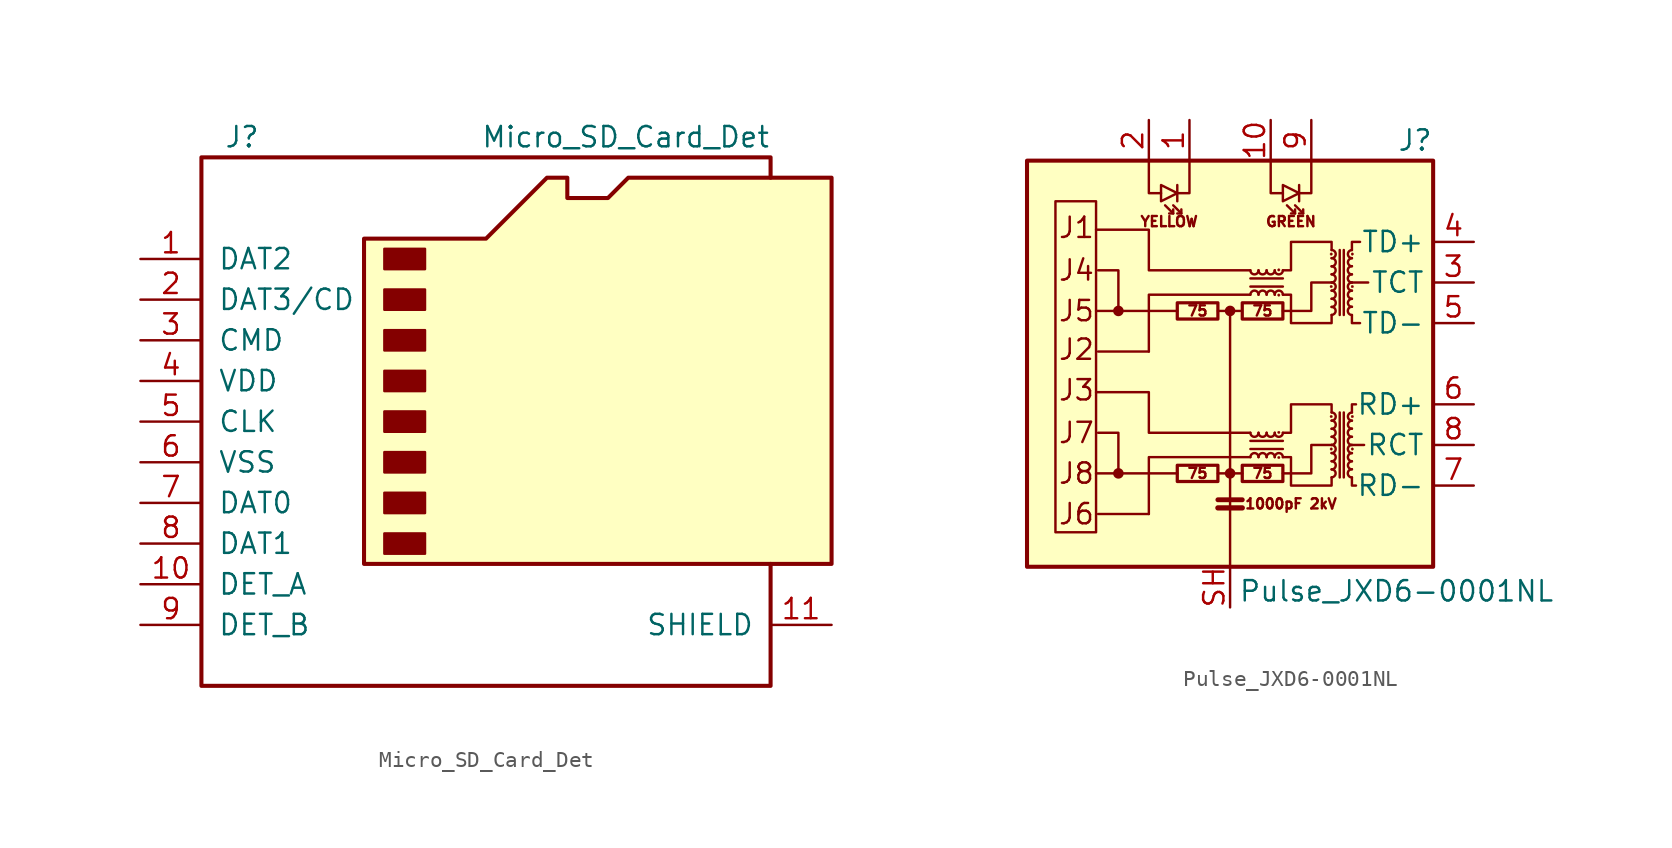
<source format=kicad_sym>
(kicad_symbol_lib
  (version 20220914)
  (generator kicad_symbol_editor)
  (symbol "Micro_SD_Card_Det"
    (pin_names
      (offset 1.016))
    (property "Reference" "J"
      (at -16.51 17.78 0)
      (effects (font (size 1.27 1.27))))
    (property "Value" "Micro_SD_Card_Det"
      (at 16.51 17.78 0)
      (effects (font (size 1.27 1.27)) (justify right)))
    (symbol "Micro_SD_Card_Det_0_1"
      (rectangle (start -7.62 -6.985) (end -5.08 -8.255) (stroke (width 0) (type default)) (fill (type outline)))
      (rectangle (start -7.62 -4.445) (end -5.08 -5.715) (stroke (width 0) (type default)) (fill (type outline)))
      (rectangle (start -7.62 -1.905) (end -5.08 -3.175) (stroke (width 0) (type default)) (fill (type outline)))
      (rectangle (start -7.62 0.635) (end -5.08 -0.635) (stroke (width 0) (type default)) (fill (type outline)))
      (rectangle (start -7.62 3.175) (end -5.08 1.905) (stroke (width 0) (type default)) (fill (type outline)))
      (rectangle (start -7.62 5.715) (end -5.08 4.445) (stroke (width 0) (type default)) (fill (type outline)))
      (rectangle (start -7.62 8.255) (end -5.08 6.985) (stroke (width 0) (type default)) (fill (type outline)))
      (rectangle (start -7.62 10.795) (end -5.08 9.525) (stroke (width 0) (type default)) (fill (type outline)))
      (polyline (pts (xy 16.51 15.24) (xy 16.51 16.51) (xy -19.05 16.51) (xy -19.05 -16.51) (xy 16.51 -16.51) (xy 16.51 -8.89)) (stroke (width 0.254) (type default)) (fill (type none)))
      (polyline (pts (xy -8.89 -8.89) (xy -8.89 11.43) (xy -1.27 11.43) (xy 2.54 15.24) (xy 3.81 15.24) (xy 3.81 13.97) (xy 6.35 13.97) (xy 7.62 15.24) (xy 20.32 15.24) (xy 20.32 -8.89) (xy -8.89 -8.89)) (stroke (width 0.254) (type default)) (fill (type background))))
    (symbol "Micro_SD_Card_Det_1_1"
      (pin bidirectional line (at -22.86 10.16 0) (length 3.81) (name "DAT2" (effects (font (size 1.27 1.27)))) (number "1" (effects (font (size 1.27 1.27)))))
      (pin passive line (at -22.86 -10.16 0) (length 3.81) (name "DET_A" (effects (font (size 1.27 1.27)))) (number "10" (effects (font (size 1.27 1.27)))))
      (pin passive line (at 20.32 -12.7 180) (length 3.81) (name "SHIELD" (effects (font (size 1.27 1.27)))) (number "11" (effects (font (size 1.27 1.27)))))
      (pin bidirectional line (at -22.86 7.62 0) (length 3.81) (name "DAT3/CD" (effects (font (size 1.27 1.27)))) (number "2" (effects (font (size 1.27 1.27)))))
      (pin input line (at -22.86 5.08 0) (length 3.81) (name "CMD" (effects (font (size 1.27 1.27)))) (number "3" (effects (font (size 1.27 1.27)))))
      (pin power_in line (at -22.86 2.54 0) (length 3.81) (name "VDD" (effects (font (size 1.27 1.27)))) (number "4" (effects (font (size 1.27 1.27)))))
      (pin input line (at -22.86 0 0) (length 3.81) (name "CLK" (effects (font (size 1.27 1.27)))) (number "5" (effects (font (size 1.27 1.27)))))
      (pin power_in line (at -22.86 -2.54 0) (length 3.81) (name "VSS" (effects (font (size 1.27 1.27)))) (number "6" (effects (font (size 1.27 1.27)))))
      (pin bidirectional line (at -22.86 -5.08 0) (length 3.81) (name "DAT0" (effects (font (size 1.27 1.27)))) (number "7" (effects (font (size 1.27 1.27)))))
      (pin bidirectional line (at -22.86 -7.62 0) (length 3.81) (name "DAT1" (effects (font (size 1.27 1.27)))) (number "8" (effects (font (size 1.27 1.27)))))
      (pin passive line (at -22.86 -12.7 0) (length 3.81) (name "DET_B" (effects (font (size 1.27 1.27)))) (number "9" (effects (font (size 1.27 1.27)))))))
  (symbol "Pulse_JXD6-0001NL"
    (property "Reference" "J"
      (at 12.7 13.97 0)
      (effects (font (size 1.27 1.27)) (justify right)))
    (property "Value" "Pulse_JXD6-0001NL"
      (at 10.414 -14.224 0)
      (effects (font (size 1.27 1.27))))
    (symbol "Pulse_JXD6-0001NL_0_0"
      (rectangle (start -12.7 12.7) (end 12.7 -12.7) (stroke (width 0.254) (type default)) (fill (type background)))
      (polyline (pts (xy -3.302 -6.858) (xy -8.382 -6.858)) (stroke (width 0) (type default)) (fill (type none)))
      (polyline (pts (xy -3.302 3.302) (xy -8.382 3.302)) (stroke (width 0) (type default)) (fill (type none)))
      (polyline (pts (xy 8.382 -5.08) (xy 7.62 -5.08)) (stroke (width 0) (type default)) (fill (type none)))
      (polyline (pts (xy 8.636 5.08) (xy 7.62 5.08)) (stroke (width 0) (type default)) (fill (type none)))
      (polyline (pts (xy 1.27 -4.318) (xy -5.08 -4.318) (xy -5.08 -1.778) (xy -8.382 -1.778)) (stroke (width 0) (type default)) (fill (type none)))
      (polyline (pts (xy 1.27 5.842) (xy -5.08 5.842) (xy -5.08 8.382) (xy -8.382 8.382)) (stroke (width 0) (type default)) (fill (type none)))
      (polyline (pts (xy 3.302 -6.858) (xy 5.08 -6.858) (xy 5.08 -5.08) (xy 6.35 -5.08)) (stroke (width 0) (type default)) (fill (type none)))
      (polyline (pts (xy 3.302 3.302) (xy 5.08 3.302) (xy 5.08 5.08) (xy 6.35 5.08)) (stroke (width 0) (type default)) (fill (type none)))
      (text "1000pF 2kV" (at 3.81 -8.763 0) (effects (font (size 0.635 0.635))))
      (text "75" (at -2.032 -6.858 0) (effects (font (size 0.635 0.635))))
      (text "75" (at -2.032 3.302 0) (effects (font (size 0.635 0.635))))
      (text "75" (at 2.032 -6.858 0) (effects (font (size 0.635 0.635))))
      (text "75" (at 2.032 3.302 0) (effects (font (size 0.635 0.635))))
      (text "GREEN" (at 3.81 8.89 0) (effects (font (size 0.635 0.635))))
      (text "J1" (at -10.795 8.509 0) (effects (font (size 1.27 1.27)) (justify left)))
      (text "J2" (at -10.795 0.889 0) (effects (font (size 1.27 1.27)) (justify left)))
      (text "J3" (at -10.795 -1.651 0) (effects (font (size 1.27 1.27)) (justify left)))
      (text "J4" (at -10.795 5.842 0) (effects (font (size 1.27 1.27)) (justify left)))
      (text "J5" (at -10.795 3.302 0) (effects (font (size 1.27 1.27)) (justify left)))
      (text "J6" (at -10.795 -9.398 0) (effects (font (size 1.27 1.27)) (justify left)))
      (text "J7" (at -10.795 -4.318 0) (effects (font (size 1.27 1.27)) (justify left)))
      (text "J8" (at -10.795 -6.858 0) (effects (font (size 1.27 1.27)) (justify left)))
      (text "YELLOW" (at -3.81 8.89 0) (effects (font (size 0.635 0.635)))))
    (symbol "Pulse_JXD6-0001NL_0_1"
      (rectangle (start -8.382 -10.541) (end -10.922 10.16) (stroke (width 0) (type default)) (fill (type none)))
      (circle (center -6.985 -6.858) (radius 0.254) (stroke (width 0) (type default)) (fill (type outline)))
      (circle (center -6.985 3.302) (radius 0.254) (stroke (width 0) (type default)) (fill (type outline)))
      (rectangle (start -3.302 -7.366) (end -0.762 -6.35) (stroke (width 0.203) (type default)) (fill (type none)))
      (rectangle (start -3.302 2.794) (end -0.762 3.81) (stroke (width 0.203) (type default)) (fill (type none)))
      (circle (center 0 -6.858) (radius 0.254) (stroke (width 0) (type default)) (fill (type outline)))
      (polyline (pts (xy -5.08 -9.398) (xy -8.255 -9.398)) (stroke (width 0) (type default)) (fill (type none)))
      (polyline (pts (xy -5.08 0.762) (xy -8.255 0.762)) (stroke (width 0) (type default)) (fill (type none)))
      (polyline (pts (xy -3.556 9.398) (xy -4.064 9.906)) (stroke (width 0) (type default)) (fill (type none)))
      (polyline (pts (xy -3.302 11.176) (xy -3.302 10.16)) (stroke (width 0) (type default)) (fill (type none)))
      (polyline (pts (xy -3.048 9.398) (xy -3.556 9.906)) (stroke (width 0) (type default)) (fill (type none)))
      (polyline (pts (xy -0.762 -9.017) (xy 0.762 -9.017)) (stroke (width 0.33) (type default)) (fill (type none)))
      (polyline (pts (xy -0.762 -8.509) (xy 0.762 -8.509)) (stroke (width 0.305) (type default)) (fill (type none)))
      (polyline (pts (xy 0 3.302) (xy -0.762 3.302)) (stroke (width 0) (type default)) (fill (type none)))
      (polyline (pts (xy 0.762 -6.858) (xy -0.762 -6.858)) (stroke (width 0) (type default)) (fill (type none)))
      (polyline (pts (xy 1.27 -5.334) (xy 3.302 -5.334)) (stroke (width 0) (type default)) (fill (type none)))
      (polyline (pts (xy 1.27 4.826) (xy 3.302 4.826)) (stroke (width 0) (type default)) (fill (type none)))
      (polyline (pts (xy 3.302 -4.826) (xy 1.27 -4.826)) (stroke (width 0) (type default)) (fill (type none)))
      (polyline (pts (xy 3.302 5.334) (xy 1.27 5.334)) (stroke (width 0) (type default)) (fill (type none)))
      (polyline (pts (xy 4.064 9.398) (xy 3.556 9.906)) (stroke (width 0) (type default)) (fill (type none)))
      (polyline (pts (xy 4.318 11.176) (xy 4.318 10.16)) (stroke (width 0) (type default)) (fill (type none)))
      (polyline (pts (xy 4.572 9.398) (xy 4.064 9.906)) (stroke (width 0) (type default)) (fill (type none)))
      (polyline (pts (xy 6.858 -3.048) (xy 6.858 -7.112)) (stroke (width 0) (type default)) (fill (type none)))
      (polyline (pts (xy 6.858 7.112) (xy 6.858 3.048)) (stroke (width 0) (type default)) (fill (type none)))
      (polyline (pts (xy 7.112 -7.112) (xy 7.112 -3.048)) (stroke (width 0) (type default)) (fill (type none)))
      (polyline (pts (xy 7.112 3.048) (xy 7.112 7.112)) (stroke (width 0) (type default)) (fill (type none)))
      (polyline (pts (xy -6.985 -6.858) (xy -6.985 -4.318) (xy -8.255 -4.318)) (stroke (width 0) (type default)) (fill (type none)))
      (polyline (pts (xy -6.985 3.302) (xy -6.985 5.842) (xy -8.255 5.842)) (stroke (width 0) (type default)) (fill (type none)))
      (polyline (pts (xy -5.08 12.7) (xy -5.08 10.668) (xy -4.318 10.668)) (stroke (width 0) (type default)) (fill (type none)))
      (polyline (pts (xy -3.556 9.652) (xy -3.556 9.398) (xy -3.81 9.398)) (stroke (width 0) (type default)) (fill (type none)))
      (polyline (pts (xy -3.048 9.652) (xy -3.048 9.398) (xy -3.302 9.398)) (stroke (width 0) (type default)) (fill (type none)))
      (polyline (pts (xy -2.54 12.7) (xy -2.54 10.668) (xy -3.302 10.668)) (stroke (width 0) (type default)) (fill (type none)))
      (polyline (pts (xy 0 -12.7) (xy 0 3.302) (xy 0.635 3.302)) (stroke (width 0) (type default)) (fill (type none)))
      (polyline (pts (xy 1.27 -5.842) (xy -5.08 -5.842) (xy -5.08 -9.398)) (stroke (width 0) (type default)) (fill (type none)))
      (polyline (pts (xy 1.27 4.318) (xy -5.08 4.318) (xy -5.08 0.762)) (stroke (width 0) (type default)) (fill (type none)))
      (polyline (pts (xy 2.54 12.7) (xy 2.54 10.668) (xy 3.302 10.668)) (stroke (width 0) (type default)) (fill (type none)))
      (polyline (pts (xy 4.064 9.652) (xy 4.064 9.398) (xy 3.81 9.398)) (stroke (width 0) (type default)) (fill (type none)))
      (polyline (pts (xy 4.572 9.652) (xy 4.572 9.398) (xy 4.318 9.398)) (stroke (width 0) (type default)) (fill (type none)))
      (polyline (pts (xy 5.08 12.7) (xy 5.08 10.668) (xy 4.318 10.668)) (stroke (width 0) (type default)) (fill (type none)))
      (polyline (pts (xy 7.62 -7.112) (xy 7.62 -7.62) (xy 7.874 -7.62)) (stroke (width 0) (type default)) (fill (type none)))
      (polyline (pts (xy 7.62 -3.048) (xy 7.62 -2.54) (xy 7.874 -2.54)) (stroke (width 0) (type default)) (fill (type none)))
      (polyline (pts (xy 7.62 3.048) (xy 7.62 2.54) (xy 8.128 2.54)) (stroke (width 0) (type default)) (fill (type none)))
      (polyline (pts (xy 7.62 7.112) (xy 7.62 7.62) (xy 8.128 7.62)) (stroke (width 0) (type default)) (fill (type none)))
      (polyline (pts (xy -3.302 10.668) (xy -4.318 11.176) (xy -4.318 10.16) (xy -3.302 10.668)) (stroke (width 0) (type default)) (fill (type none)))
      (polyline (pts (xy 4.318 10.668) (xy 3.302 11.176) (xy 3.302 10.16) (xy 4.318 10.668)) (stroke (width 0) (type default)) (fill (type none)))
      (polyline (pts (xy 3.302 -4.318) (xy 3.81 -4.318) (xy 3.81 -2.54) (xy 6.35 -2.54) (xy 6.35 -3.048)) (stroke (width 0) (type default)) (fill (type none)))
      (polyline (pts (xy 3.302 5.842) (xy 3.81 5.842) (xy 3.81 7.62) (xy 6.35 7.62) (xy 6.35 7.112)) (stroke (width 0) (type default)) (fill (type none)))
      (polyline (pts (xy 6.35 -7.112) (xy 6.35 -7.62) (xy 3.81 -7.62) (xy 3.81 -5.842) (xy 3.302 -5.842)) (stroke (width 0) (type default)) (fill (type none)))
      (polyline (pts (xy 6.35 3.048) (xy 6.35 2.54) (xy 3.81 2.54) (xy 3.81 4.318) (xy 3.302 4.318)) (stroke (width 0) (type default)) (fill (type none)))
      (circle (center 0 3.302) (radius 0.254) (stroke (width 0) (type default)) (fill (type outline)))
      (rectangle (start 0.762 -7.366) (end 3.302 -6.35) (stroke (width 0.203) (type default)) (fill (type none)))
      (rectangle (start 0.762 2.794) (end 3.302 3.81) (stroke (width 0.203) (type default)) (fill (type none)))
      (arc (start 1.27 -4.318) (mid 1.524 -4.5709) (end 1.778 -4.318) (stroke (width 0) (type default)) (fill (type none)))
      (arc (start 1.27 5.842) (mid 1.524 5.5891) (end 1.778 5.842) (stroke (width 0) (type default)) (fill (type none)))
      (arc (start 1.778 -5.842) (mid 1.524 -5.5891) (end 1.27 -5.842) (stroke (width 0) (type default)) (fill (type none)))
      (arc (start 1.778 -4.318) (mid 2.032 -4.5709) (end 2.286 -4.318) (stroke (width 0) (type default)) (fill (type none)))
      (arc (start 1.778 4.318) (mid 1.524 4.5709) (end 1.27 4.318) (stroke (width 0) (type default)) (fill (type none)))
      (arc (start 1.778 5.842) (mid 2.032 5.5891) (end 2.286 5.842) (stroke (width 0) (type default)) (fill (type none)))
      (arc (start 2.286 -5.842) (mid 2.032 -5.5891) (end 1.778 -5.842) (stroke (width 0) (type default)) (fill (type none)))
      (arc (start 2.286 -4.318) (mid 2.54 -4.5709) (end 2.794 -4.318) (stroke (width 0) (type default)) (fill (type none)))
      (arc (start 2.286 4.318) (mid 2.032 4.5709) (end 1.778 4.318) (stroke (width 0) (type default)) (fill (type none)))
      (arc (start 2.286 5.842) (mid 2.54 5.5891) (end 2.794 5.842) (stroke (width 0) (type default)) (fill (type none)))
      (arc (start 2.794 -5.842) (mid 2.54 -5.5891) (end 2.286 -5.842) (stroke (width 0) (type default)) (fill (type none)))
      (arc (start 2.794 -4.318) (mid 3.048 -4.5709) (end 3.302 -4.318) (stroke (width 0) (type default)) (fill (type none)))
      (arc (start 2.794 4.318) (mid 2.54 4.5709) (end 2.286 4.318) (stroke (width 0) (type default)) (fill (type none)))
      (arc (start 2.794 5.842) (mid 3.048 5.5891) (end 3.302 5.842) (stroke (width 0) (type default)) (fill (type none)))
      (circle (center 3.048 -5.867) (radius 0.076) (stroke (width 0.025) (type default)) (fill (type outline)))
      (circle (center 3.048 -4.293) (radius 0.076) (stroke (width 0.025) (type default)) (fill (type outline)))
      (circle (center 3.048 4.293) (radius 0.076) (stroke (width 0.025) (type default)) (fill (type outline)))
      (circle (center 3.048 5.867) (radius 0.076) (stroke (width 0.025) (type default)) (fill (type outline)))
      (arc (start 3.302 -5.842) (mid 3.048 -5.5891) (end 2.794 -5.842) (stroke (width 0) (type default)) (fill (type none)))
      (arc (start 3.302 4.318) (mid 3.048 4.5709) (end 2.794 4.318) (stroke (width 0) (type default)) (fill (type none)))
      (circle (center 6.325 -5.334) (radius 0.076) (stroke (width 0.025) (type default)) (fill (type outline)))
      (circle (center 6.325 -3.302) (radius 0.076) (stroke (width 0.025) (type default)) (fill (type outline)))
      (circle (center 6.325 4.826) (radius 0.076) (stroke (width 0.025) (type default)) (fill (type outline)))
      (circle (center 6.325 6.858) (radius 0.076) (stroke (width 0.025) (type default)) (fill (type outline)))
      (arc (start 6.35 -7.112) (mid 6.6029 -6.858) (end 6.35 -6.604) (stroke (width 0) (type default)) (fill (type none)))
      (arc (start 6.35 -6.604) (mid 6.6029 -6.35) (end 6.35 -6.096) (stroke (width 0) (type default)) (fill (type none)))
      (arc (start 6.35 -6.096) (mid 6.6029 -5.842) (end 6.35 -5.588) (stroke (width 0) (type default)) (fill (type none)))
      (arc (start 6.35 -5.588) (mid 6.6029 -5.334) (end 6.35 -5.08) (stroke (width 0) (type default)) (fill (type none)))
      (arc (start 6.35 -5.08) (mid 6.6029 -4.826) (end 6.35 -4.572) (stroke (width 0) (type default)) (fill (type none)))
      (arc (start 6.35 -4.572) (mid 6.6029 -4.318) (end 6.35 -4.064) (stroke (width 0) (type default)) (fill (type none)))
      (arc (start 6.35 -4.064) (mid 6.6029 -3.81) (end 6.35 -3.556) (stroke (width 0) (type default)) (fill (type none)))
      (arc (start 6.35 -3.556) (mid 6.6029 -3.302) (end 6.35 -3.048) (stroke (width 0) (type default)) (fill (type none)))
      (arc (start 6.35 3.048) (mid 6.6029 3.302) (end 6.35 3.556) (stroke (width 0) (type default)) (fill (type none)))
      (arc (start 6.35 3.556) (mid 6.6029 3.81) (end 6.35 4.064) (stroke (width 0) (type default)) (fill (type none)))
      (arc (start 6.35 4.064) (mid 6.6029 4.318) (end 6.35 4.572) (stroke (width 0) (type default)) (fill (type none)))
      (arc (start 6.35 4.572) (mid 6.6029 4.826) (end 6.35 5.08) (stroke (width 0) (type default)) (fill (type none)))
      (arc (start 6.35 5.08) (mid 6.6029 5.334) (end 6.35 5.588) (stroke (width 0) (type default)) (fill (type none)))
      (arc (start 6.35 5.588) (mid 6.6029 5.842) (end 6.35 6.096) (stroke (width 0) (type default)) (fill (type none)))
      (arc (start 6.35 6.096) (mid 6.6029 6.35) (end 6.35 6.604) (stroke (width 0) (type default)) (fill (type none)))
      (arc (start 6.35 6.604) (mid 6.6029 6.858) (end 6.35 7.112) (stroke (width 0) (type default)) (fill (type none)))
      (arc (start 7.62 -6.604) (mid 7.3671 -6.858) (end 7.62 -7.112) (stroke (width 0) (type default)) (fill (type none)))
      (arc (start 7.62 -6.096) (mid 7.3671 -6.35) (end 7.62 -6.604) (stroke (width 0) (type default)) (fill (type none)))
      (arc (start 7.62 -5.588) (mid 7.3671 -5.842) (end 7.62 -6.096) (stroke (width 0) (type default)) (fill (type none)))
      (arc (start 7.62 -5.08) (mid 7.3671 -5.334) (end 7.62 -5.588) (stroke (width 0) (type default)) (fill (type none)))
      (arc (start 7.62 -4.572) (mid 7.3671 -4.826) (end 7.62 -5.08) (stroke (width 0) (type default)) (fill (type none)))
      (arc (start 7.62 -4.064) (mid 7.3671 -4.318) (end 7.62 -4.572) (stroke (width 0) (type default)) (fill (type none)))
      (arc (start 7.62 -3.556) (mid 7.3671 -3.81) (end 7.62 -4.064) (stroke (width 0) (type default)) (fill (type none)))
      (arc (start 7.62 -3.048) (mid 7.3671 -3.302) (end 7.62 -3.556) (stroke (width 0) (type default)) (fill (type none)))
      (arc (start 7.62 3.556) (mid 7.3671 3.302) (end 7.62 3.048) (stroke (width 0) (type default)) (fill (type none)))
      (arc (start 7.62 4.064) (mid 7.3671 3.81) (end 7.62 3.556) (stroke (width 0) (type default)) (fill (type none)))
      (arc (start 7.62 4.572) (mid 7.3671 4.318) (end 7.62 4.064) (stroke (width 0) (type default)) (fill (type none)))
      (arc (start 7.62 5.08) (mid 7.3671 4.826) (end 7.62 4.572) (stroke (width 0) (type default)) (fill (type none)))
      (arc (start 7.62 5.588) (mid 7.3671 5.334) (end 7.62 5.08) (stroke (width 0) (type default)) (fill (type none)))
      (arc (start 7.62 6.096) (mid 7.3671 5.842) (end 7.62 5.588) (stroke (width 0) (type default)) (fill (type none)))
      (arc (start 7.62 6.604) (mid 7.3671 6.35) (end 7.62 6.096) (stroke (width 0) (type default)) (fill (type none)))
      (arc (start 7.62 7.112) (mid 7.3671 6.858) (end 7.62 6.604) (stroke (width 0) (type default)) (fill (type none)))
      (circle (center 7.645 -5.334) (radius 0.076) (stroke (width 0.025) (type default)) (fill (type outline)))
      (circle (center 7.645 -3.302) (radius 0.076) (stroke (width 0.025) (type default)) (fill (type outline)))
      (circle (center 7.645 4.826) (radius 0.076) (stroke (width 0.025) (type default)) (fill (type outline)))
      (circle (center 7.645 6.858) (radius 0.076) (stroke (width 0.025) (type default)) (fill (type outline))))
    (symbol "Pulse_JXD6-0001NL_1_1"
      (pin passive line (at -2.54 15.24 270) (length 2.54) (name "~" (effects (font (size 1.27 1.27)))) (number "1" (effects (font (size 1.27 1.27)))))
      (pin passive line (at 2.54 15.24 270) (length 2.54) (name "~" (effects (font (size 1.27 1.27)))) (number "10" (effects (font (size 1.27 1.27)))))
      (pin passive line (at -5.08 15.24 270) (length 2.54) (name "~" (effects (font (size 1.27 1.27)))) (number "2" (effects (font (size 1.27 1.27)))))
      (pin passive line (at 15.24 5.08 180) (length 2.54) (name "TCT" (effects (font (size 1.27 1.27)))) (number "3" (effects (font (size 1.27 1.27)))))
      (pin passive line (at 15.24 7.62 180) (length 2.54) (name "TD+" (effects (font (size 1.27 1.27)))) (number "4" (effects (font (size 1.27 1.27)))))
      (pin passive line (at 15.24 2.54 180) (length 2.54) (name "TD-" (effects (font (size 1.27 1.27)))) (number "5" (effects (font (size 1.27 1.27)))))
      (pin passive line (at 15.24 -2.54 180) (length 2.54) (name "RD+" (effects (font (size 1.27 1.27)))) (number "6" (effects (font (size 1.27 1.27)))))
      (pin passive line (at 15.24 -7.62 180) (length 2.54) (name "RD-" (effects (font (size 1.27 1.27)))) (number "7" (effects (font (size 1.27 1.27)))))
      (pin passive line (at 15.24 -5.08 180) (length 2.54) (name "RCT" (effects (font (size 1.27 1.27)))) (number "8" (effects (font (size 1.27 1.27)))))
      (pin passive line (at 5.08 15.24 270) (length 2.54) (name "~" (effects (font (size 1.27 1.27)))) (number "9" (effects (font (size 1.27 1.27)))))
      (pin passive line (at 0 -15.24 90) (length 2.54) (name "~" (effects (font (size 1.27 1.27)))) (number "SH" (effects (font (size 1.27 1.27))))))))
</source>
